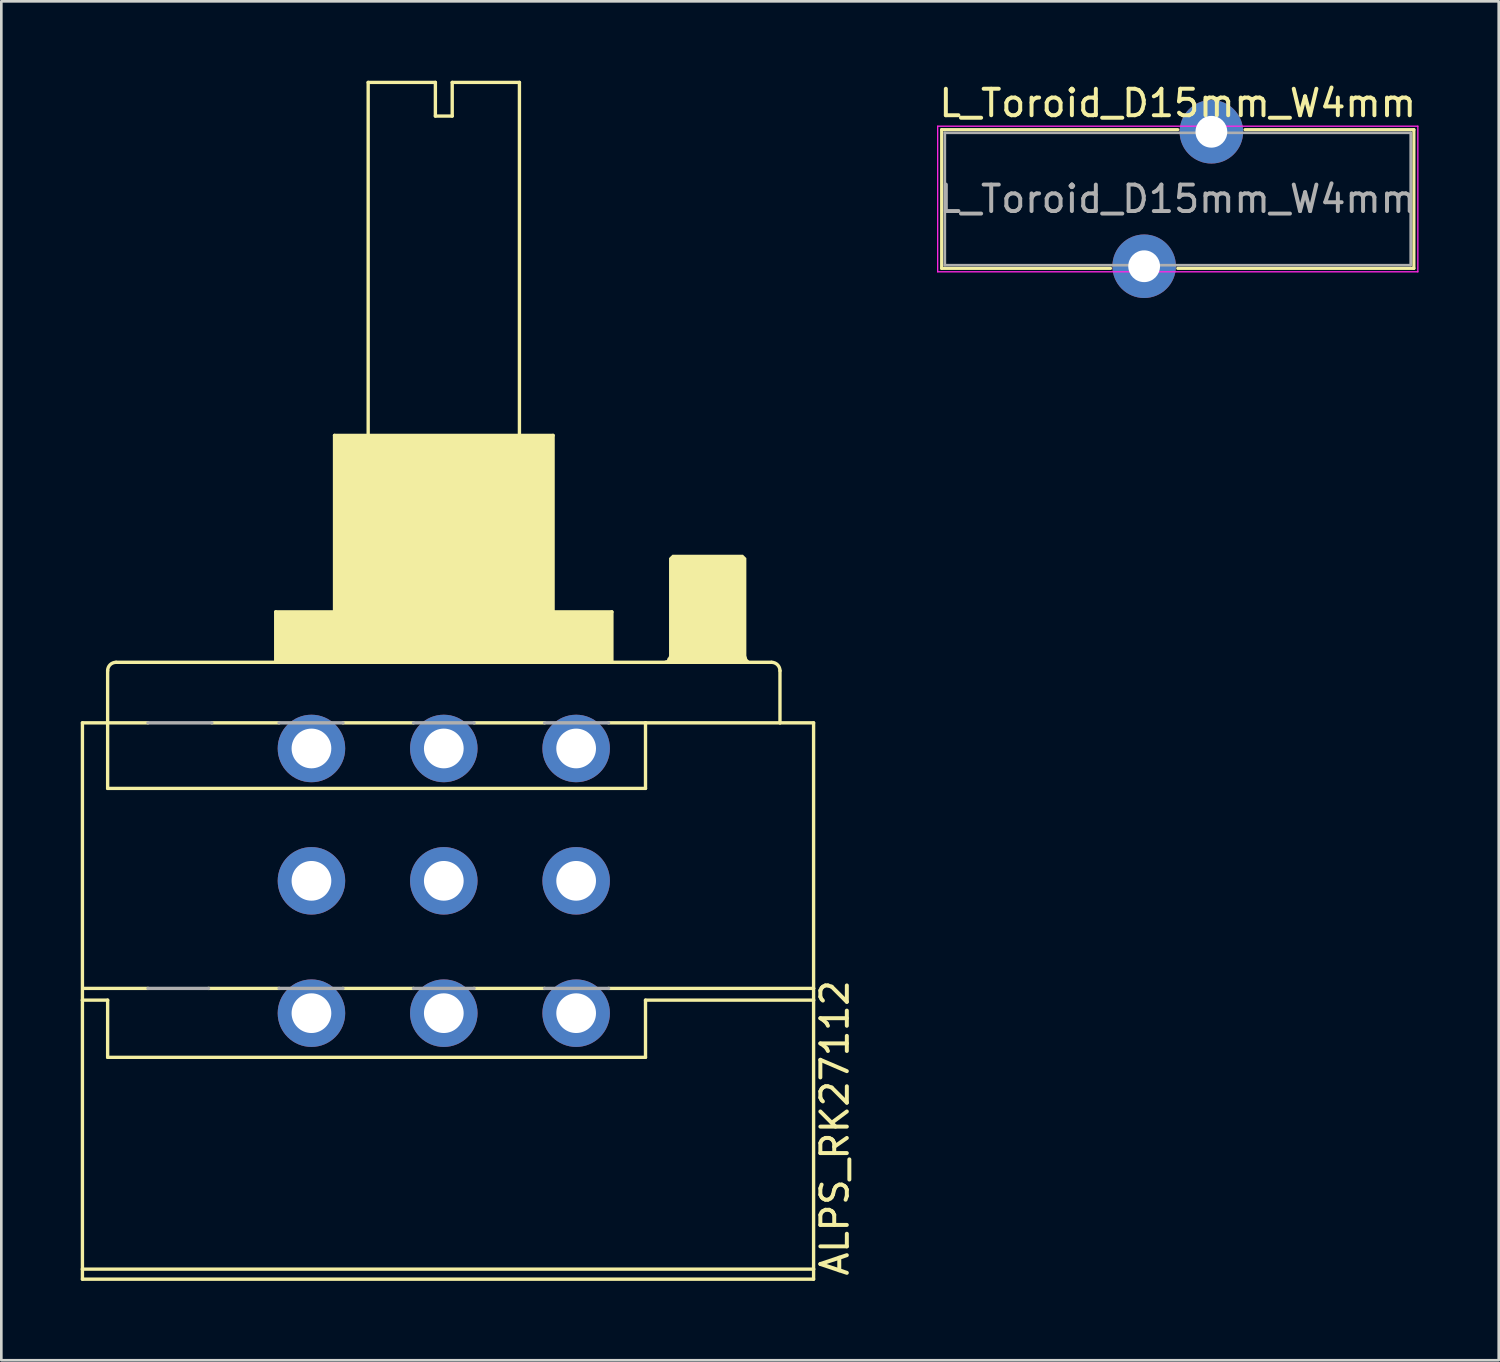
<source format=kicad_pcb>
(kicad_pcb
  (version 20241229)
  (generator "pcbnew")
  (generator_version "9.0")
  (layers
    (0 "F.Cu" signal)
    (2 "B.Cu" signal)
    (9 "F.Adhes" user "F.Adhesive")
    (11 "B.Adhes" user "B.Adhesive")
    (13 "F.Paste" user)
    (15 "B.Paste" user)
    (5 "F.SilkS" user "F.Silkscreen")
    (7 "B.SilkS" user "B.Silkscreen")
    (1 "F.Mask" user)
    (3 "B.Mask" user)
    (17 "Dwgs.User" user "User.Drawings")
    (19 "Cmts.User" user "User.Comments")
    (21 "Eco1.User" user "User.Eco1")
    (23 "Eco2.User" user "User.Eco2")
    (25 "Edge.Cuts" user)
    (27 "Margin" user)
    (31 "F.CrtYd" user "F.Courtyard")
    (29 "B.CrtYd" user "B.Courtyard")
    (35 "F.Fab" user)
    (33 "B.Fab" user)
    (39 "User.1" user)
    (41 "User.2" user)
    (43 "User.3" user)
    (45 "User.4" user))
  (footprint "ALPS_RK27112"
    (layer "F.Cu")
    (at 13.716 20.226)
    (property "Reference" "ALPS_RK27112" (at 15.356 25.003 270) (layer "F.SilkS") (effects (font (size 1 1) (thickness 0.15)) (justify left bottom)))
    (attr through_hole)
    (fp_line (start -13.652 4.031) (end -12.7 4.031) (stroke (width 0.127) (type solid)) (layer "F.SilkS"))
    (fp_line (start -13.652 14.508) (end -13.652 4.031) (stroke (width 0.127) (type solid)) (layer "F.SilkS"))
    (fp_line (start -13.652 24.669) (end -13.652 14.508) (stroke (width 0.127) (type solid)) (layer "F.SilkS"))
    (fp_line (start -13.652 24.669) (end 13.97 24.669) (stroke (width 0.127) (type solid)) (layer "F.SilkS"))
    (fp_line (start -13.652 25.049) (end -13.652 24.669) (stroke (width 0.127) (type solid)) (layer "F.SilkS"))
    (fp_line (start -13.589 14.064) (end -11.176 14.064) (stroke (width 0.127) (type solid)) (layer "F.SilkS"))
    (fp_line (start -12.7 4.031) (end -12.7 2.062) (stroke (width 0.127) (type solid)) (layer "F.SilkS"))
    (fp_line (start -12.7 6.508) (end -12.7 4.031) (stroke (width 0.127) (type solid)) (layer "F.SilkS"))
    (fp_line (start -12.7 14.508) (end -13.652 14.508) (stroke (width 0.127) (type solid)) (layer "F.SilkS"))
    (fp_line (start -12.7 14.508) (end -12.7 16.668) (stroke (width 0.127) (type solid)) (layer "F.SilkS"))
    (fp_line (start -12.7 16.668) (end 7.62 16.668) (stroke (width 0.127) (type solid)) (layer "F.SilkS"))
    (fp_line (start -12.383 1.745) (end -6.35 1.745) (stroke (width 0.127) (type solid)) (layer "F.SilkS"))
    (fp_line (start -11.176 4.031) (end -12.7 4.031) (stroke (width 0.127) (type solid)) (layer "F.SilkS"))
    (fp_line (start -8.89 14.064) (end -6.223 14.064) (stroke (width 0.127) (type solid)) (layer "F.SilkS"))
    (fp_line (start -6.35 -0.16) (end -4.128 -0.16) (stroke (width 0.127) (type solid)) (layer "F.SilkS"))
    (fp_line (start -6.35 1.745) (end -6.35 -0.16) (stroke (width 0.127) (type solid)) (layer "F.SilkS"))
    (fp_line (start -6.35 1.745) (end 6.35 1.745) (stroke (width 0.127) (type solid)) (layer "F.SilkS"))
    (fp_line (start -6.223 4.031) (end -8.763 4.031) (stroke (width 0.127) (type solid)) (layer "F.SilkS"))
    (fp_line (start -4.128 -6.827) (end -2.857 -6.827) (stroke (width 0.127) (type solid)) (layer "F.SilkS"))
    (fp_line (start -4.128 -0.16) (end -4.128 -6.827) (stroke (width 0.127) (type solid)) (layer "F.SilkS"))
    (fp_line (start -4.128 -0.16) (end 4.128 -0.16) (stroke (width 0.127) (type solid)) (layer "F.SilkS"))
    (fp_line (start -3.81 14.064) (end -1.143 14.064) (stroke (width 0.127) (type solid)) (layer "F.SilkS"))
    (fp_line (start -2.857 -20.163) (end -0.318 -20.163) (stroke (width 0.127) (type solid)) (layer "F.SilkS"))
    (fp_line (start -2.857 -6.827) (end -2.857 -20.163) (stroke (width 0.127) (type solid)) (layer "F.SilkS"))
    (fp_line (start -2.857 -6.827) (end 2.857 -6.827) (stroke (width 0.127) (type solid)) (layer "F.SilkS"))
    (fp_line (start -1.143 4.031) (end -3.81 4.031) (stroke (width 0.127) (type solid)) (layer "F.SilkS"))
    (fp_line (start -0.318 -20.163) (end -0.318 -18.892) (stroke (width 0.127) (type solid)) (layer "F.SilkS"))
    (fp_line (start -0.318 -18.892) (end 0.318 -18.892) (stroke (width 0.127) (type solid)) (layer "F.SilkS"))
    (fp_line (start 0.318 -20.163) (end 2.857 -20.163) (stroke (width 0.127) (type solid)) (layer "F.SilkS"))
    (fp_line (start 0.318 -18.892) (end 0.318 -20.163) (stroke (width 0.127) (type solid)) (layer "F.SilkS"))
    (fp_line (start 1.143 14.064) (end 3.81 14.064) (stroke (width 0.127) (type solid)) (layer "F.SilkS"))
    (fp_line (start 2.857 -20.163) (end 2.857 -6.827) (stroke (width 0.127) (type solid)) (layer "F.SilkS"))
    (fp_line (start 2.857 -6.827) (end 4.128 -6.827) (stroke (width 0.127) (type solid)) (layer "F.SilkS"))
    (fp_line (start 3.81 4.031) (end 1.143 4.031) (stroke (width 0.127) (type solid)) (layer "F.SilkS"))
    (fp_line (start 4.128 -6.827) (end 4.128 -0.16) (stroke (width 0.127) (type solid)) (layer "F.SilkS"))
    (fp_line (start 4.128 -0.16) (end 6.35 -0.16) (stroke (width 0.127) (type solid)) (layer "F.SilkS"))
    (fp_line (start 6.223 14.064) (end 13.97 14.064) (stroke (width 0.127) (type solid)) (layer "F.SilkS"))
    (fp_line (start 6.35 -0.16) (end 6.35 1.745) (stroke (width 0.127) (type solid)) (layer "F.SilkS"))
    (fp_line (start 6.35 1.745) (end 8.382 1.745) (stroke (width 0.127) (type solid)) (layer "F.SilkS"))
    (fp_line (start 7.62 4.031) (end 6.223 4.031) (stroke (width 0.127) (type solid)) (layer "F.SilkS"))
    (fp_line (start 7.62 4.031) (end 7.62 6.508) (stroke (width 0.127) (type solid)) (layer "F.SilkS"))
    (fp_line (start 7.62 4.031) (end 12.7 4.031) (stroke (width 0.127) (type solid)) (layer "F.SilkS"))
    (fp_line (start 7.62 6.508) (end -12.7 6.508) (stroke (width 0.127) (type solid)) (layer "F.SilkS"))
    (fp_line (start 7.62 14.508) (end 13.97 14.508) (stroke (width 0.127) (type solid)) (layer "F.SilkS"))
    (fp_line (start 7.62 16.668) (end 7.62 14.508) (stroke (width 0.127) (type solid)) (layer "F.SilkS"))
    (fp_line (start 8.382 1.745) (end 12.383 1.745) (stroke (width 0.127) (type solid)) (layer "F.SilkS"))
    (fp_line (start 12.7 2.062) (end 12.7 4.031) (stroke (width 0.127) (type solid)) (layer "F.SilkS"))
    (fp_line (start 12.7 4.031) (end 13.97 4.031) (stroke (width 0.127) (type solid)) (layer "F.SilkS"))
    (fp_line (start 13.97 4.031) (end 13.97 14.064) (stroke (width 0.127) (type solid)) (layer "F.SilkS"))
    (fp_line (start 13.97 14.064) (end 13.97 14.508) (stroke (width 0.127) (type solid)) (layer "F.SilkS"))
    (fp_line (start 13.97 14.508) (end 13.97 24.669) (stroke (width 0.127) (type solid)) (layer "F.SilkS"))
    (fp_line (start 13.97 24.669) (end 13.97 25.049) (stroke (width 0.127) (type solid)) (layer "F.SilkS"))
    (fp_line (start 13.97 25.049) (end -13.652 25.049) (stroke (width 0.127) (type solid)) (layer "F.SilkS"))
    (fp_arc (start -12.7 2.0625) (mid -12.607006 1.837994) (end -12.3825 1.745) (stroke (width 0.127) (type solid)) (layer "F.SilkS"))
    (fp_arc (start 8.509 1.618) (mid 8.471803 1.707803) (end 8.382 1.745) (stroke (width 0.127) (type solid)) (layer "F.SilkS"))
    (fp_arc (start 12.3825 1.745) (mid 12.607006 1.837994) (end 12.7 2.0625) (stroke (width 0.127) (type solid)) (layer "F.SilkS"))
    (fp_poly (pts (xy -6.35 1.745) (xy 6.35 1.745) (xy 6.35 -0.16) (xy -6.35 -0.16)) (stroke (width 0) (type solid)) (fill yes) (layer "F.SilkS"))
    (fp_poly (pts (xy -4.128 -0.16) (xy 4.128 -0.16) (xy 4.128 -6.827) (xy -4.128 -6.827)) (stroke (width 0) (type solid)) (fill yes) (layer "F.SilkS"))
    (fp_poly (pts (xy 8.255 1.745) (xy 8.382 1.711) (xy 8.475 1.618) (xy 8.509 1.491) (xy 8.509 -2.192) (xy 8.636 -2.319) (xy 11.303 -2.319) (xy 11.43 -2.192) (xy 11.43 1.491) (xy 11.464 1.618) (xy 11.557 1.711) (xy 11.684 1.745)) (stroke (width 0) (type solid)) (fill yes) (layer "F.SilkS"))
    (fp_line (start -11.176 4.031) (end -8.763 4.031) (stroke (width 0.127) (type solid)) (layer "F.Fab"))
    (fp_line (start -11.176 14.064) (end -8.89 14.064) (stroke (width 0.127) (type solid)) (layer "F.Fab"))
    (fp_line (start -6.223 4.031) (end -3.81 4.031) (stroke (width 0.127) (type solid)) (layer "F.Fab"))
    (fp_line (start -6.223 14.064) (end -3.81 14.064) (stroke (width 0.127) (type solid)) (layer "F.Fab"))
    (fp_line (start -1.143 4.031) (end 1.143 4.031) (stroke (width 0.127) (type solid)) (layer "F.Fab"))
    (fp_line (start -1.143 14.064) (end 1.143 14.064) (stroke (width 0.127) (type solid)) (layer "F.Fab"))
    (fp_line (start 3.81 4.031) (end 6.223 4.031) (stroke (width 0.127) (type solid)) (layer "F.Fab"))
    (fp_line (start 3.81 14.064) (end 6.223 14.064) (stroke (width 0.127) (type solid)) (layer "F.Fab"))
    (pad "1" thru_hole circle (at 5 5) (size 2.55 2.55) (drill 1.5) (layers "*.Cu" "*.Mask"))
    (pad "2" thru_hole circle (at 0 5) (size 2.55 2.55) (drill 1.5) (layers "*.Cu" "*.Mask"))
    (pad "3" thru_hole circle (at -5 5) (size 2.55 2.55) (drill 1.5) (layers "*.Cu" "*.Mask"))
    (pad "4" thru_hole circle (at 5 10) (size 2.55 2.55) (drill 1.5) (layers "*.Cu" "*.Mask"))
    (pad "4" thru_hole circle (at 5 15) (size 2.55 2.55) (drill 1.5) (layers "*.Cu" "*.Mask"))
    (pad "5" thru_hole circle (at 0 10) (size 2.55 2.55) (drill 1.5) (layers "*.Cu" "*.Mask" "Eco2.User"))
    (pad "5" thru_hole circle (at 0 15) (size 2.55 2.55) (drill 1.5) (layers "*.Cu" "*.Mask" "Eco2.User"))
    (pad "6" thru_hole circle (at -5 10) (size 2.55 2.55) (drill 1.5) (layers "*.Cu" "*.Mask"))
    (pad "6" thru_hole circle (at -5 15) (size 2.55 2.55) (drill 1.5) (layers "*.Cu" "*.Mask")))
  (footprint "L_Toroid_D15mm_W4mm"
    (layer "F.Cu")
    (at 41.444 4.468)
    (property "Reference" "L_Toroid_D15mm_W4mm" (at 0 -3.62 0) (layer "F.SilkS") (effects (font (size 1 1) (thickness 0.15))))
    (attr through_hole)
    (fp_line (start -8.92 -2.62) (end -8.92 2.62) (stroke (width 0.12) (type solid)) (layer "F.SilkS"))
    (fp_line (start -8.92 -2.62) (end 0 -2.62) (stroke (width 0.12) (type solid)) (layer "F.SilkS"))
    (fp_line (start -2.54 2.62) (end -8.92 2.62) (stroke (width 0.12) (type solid)) (layer "F.SilkS"))
    (fp_line (start 0 2.62) (end 8.92 2.62) (stroke (width 0.12) (type solid)) (layer "F.SilkS"))
    (fp_line (start 8.92 -2.62) (end 2.54 -2.62) (stroke (width 0.12) (type solid)) (layer "F.SilkS"))
    (fp_line (start 8.92 2.62) (end 8.92 -2.62) (stroke (width 0.12) (type solid)) (layer "F.SilkS"))
    (fp_line (start -9.07 -2.75) (end -9.07 2.75) (stroke (width 0.05) (type solid)) (layer "F.CrtYd"))
    (fp_line (start -9.07 2.75) (end 9.07 2.75) (stroke (width 0.05) (type solid)) (layer "F.CrtYd"))
    (fp_line (start 9.07 -2.75) (end -9.07 -2.75) (stroke (width 0.05) (type solid)) (layer "F.CrtYd"))
    (fp_line (start 9.07 2.75) (end 9.07 -2.75) (stroke (width 0.05) (type solid)) (layer "F.CrtYd"))
    (fp_line (start -8.8 -2.5) (end -8.8 2.5) (stroke (width 0.1) (type solid)) (layer "F.Fab"))
    (fp_line (start -8.8 2.5) (end 8.8 2.5) (stroke (width 0.1) (type solid)) (layer "F.Fab"))
    (fp_line (start 8.8 -2.5) (end -8.8 -2.5) (stroke (width 0.1) (type solid)) (layer "F.Fab"))
    (fp_line (start 8.8 2.5) (end 8.8 -2.5) (stroke (width 0.1) (type solid)) (layer "F.Fab"))
    (fp_text user "${REFERENCE}" (at 0 0 0) (layer "F.Fab") (effects (font (size 1 1) (thickness 0.15))))
    (pad "1" thru_hole circle (at -1.27 2.54) (size 2.4 2.4) (drill 1.2) (layers "*.Cu" "*.Mask"))
    (pad "2" thru_hole oval (at 1.27 -2.54) (size 2.4 2.4) (drill 1.2) (layers "*.Cu" "*.Mask")))
  (gr_rect
    (start -3 -3)
    (end 53.569 48.339)
    (stroke (width 0.1) (type default))
    (fill no)
    (layer "Edge.Cuts")))
</source>
